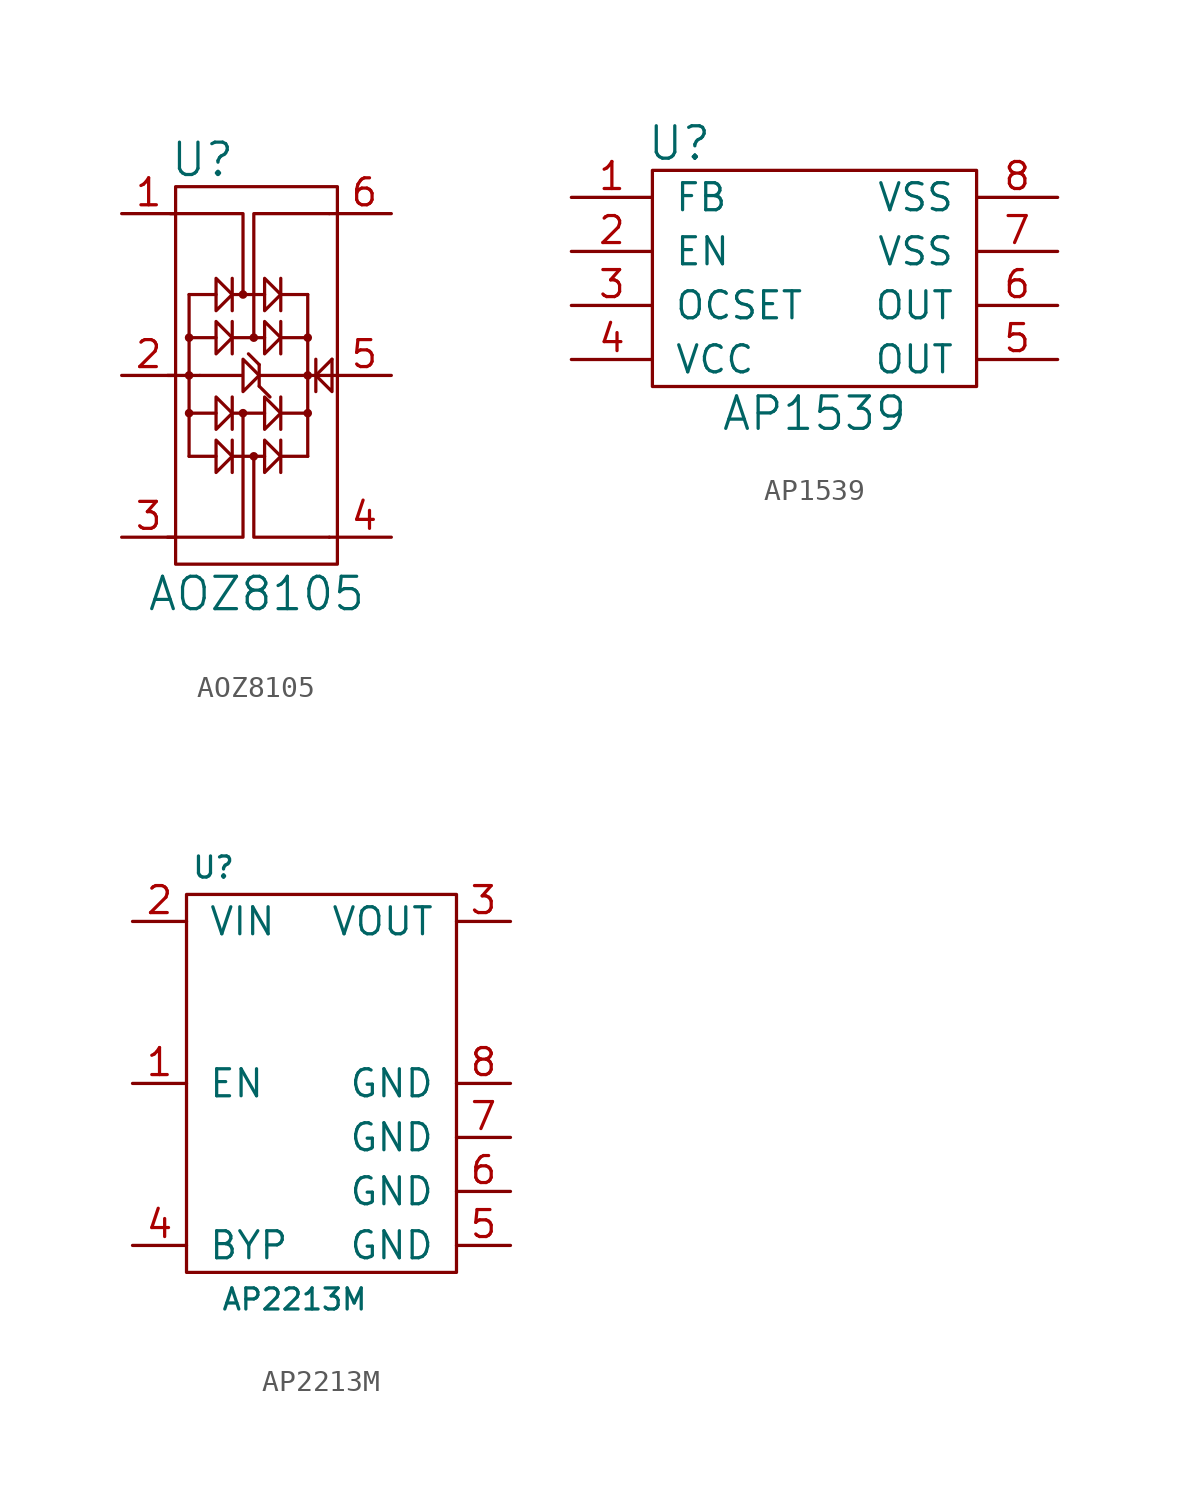
<source format=kicad_sym>
(kicad_symbol_lib
  (version 20211014)
  (generator kicad_symbol_editor)
  (symbol "AOZ8105"
    (pin_names
      (offset 1.016))
    (property "Reference" "U"
      (at -2.54 10.16 0)
      (effects (font (size 1.524 1.524))))
    (property "Value" "AOZ8105"
      (at 0 -10.287 0)
      (effects (font (size 1.524 1.524))))
    (symbol "AOZ8105_0_1"
      (rectangle (start -3.81 8.89) (end 3.81 -8.89) (stroke (width 0) (type default) (color 0 0 0 0)) (fill (type none)))
      (circle (center -3.175 -1.778) (radius 0.127) (stroke (width 0) (type default) (color 0 0 0 0)) (fill (type none)))
      (circle (center -3.175 0) (radius 0.127) (stroke (width 0) (type default) (color 0 0 0 0)) (fill (type none)))
      (circle (center -3.175 1.778) (radius 0.127) (stroke (width 0) (type default) (color 0 0 0 0)) (fill (type none)))
      (circle (center -0.635 -1.778) (radius 0.127) (stroke (width 0) (type default) (color 0 0 0 0)) (fill (type none)))
      (circle (center -0.635 3.81) (radius 0.127) (stroke (width 0) (type default) (color 0 0 0 0)) (fill (type none)))
      (circle (center -0.127 -3.81) (radius 0.127) (stroke (width 0) (type default) (color 0 0 0 0)) (fill (type none)))
      (circle (center -0.127 1.778) (radius 0.127) (stroke (width 0) (type default) (color 0 0 0 0)) (fill (type none)))
      (polyline (pts (xy -3.175 0) (xy -4.191 0)) (stroke (width 0) (type default) (color 0 0 0 0)) (fill (type none)))
      (polyline (pts (xy -3.175 3.81) (xy -3.175 -3.81)) (stroke (width 0) (type default) (color 0 0 0 0)) (fill (type none)))
      (polyline (pts (xy -2.667 0) (xy -3.175 0)) (stroke (width 0) (type default) (color 0 0 0 0)) (fill (type none)))
      (polyline (pts (xy -1.905 -3.81) (xy -3.175 -3.81)) (stroke (width 0) (type default) (color 0 0 0 0)) (fill (type none)))
      (polyline (pts (xy -1.905 -1.778) (xy -3.175 -1.778)) (stroke (width 0) (type default) (color 0 0 0 0)) (fill (type none)))
      (polyline (pts (xy -1.905 1.778) (xy -3.175 1.778)) (stroke (width 0) (type default) (color 0 0 0 0)) (fill (type none)))
      (polyline (pts (xy -1.905 3.81) (xy -3.175 3.81)) (stroke (width 0) (type default) (color 0 0 0 0)) (fill (type none)))
      (polyline (pts (xy -1.143 -3.81) (xy 0.381 -3.81)) (stroke (width 0) (type default) (color 0 0 0 0)) (fill (type none)))
      (polyline (pts (xy -1.143 -3.048) (xy -1.143 -4.572)) (stroke (width 0) (type default) (color 0 0 0 0)) (fill (type none)))
      (polyline (pts (xy -1.143 -1.778) (xy 0.381 -1.778)) (stroke (width 0) (type default) (color 0 0 0 0)) (fill (type none)))
      (polyline (pts (xy -1.143 -1.016) (xy -1.143 -2.54)) (stroke (width 0) (type default) (color 0 0 0 0)) (fill (type none)))
      (polyline (pts (xy -1.143 1.778) (xy 0.381 1.778)) (stroke (width 0) (type default) (color 0 0 0 0)) (fill (type none)))
      (polyline (pts (xy -1.143 2.54) (xy -1.143 1.016)) (stroke (width 0) (type default) (color 0 0 0 0)) (fill (type none)))
      (polyline (pts (xy -1.143 4.572) (xy -1.143 3.048)) (stroke (width 0) (type default) (color 0 0 0 0)) (fill (type none)))
      (polyline (pts (xy 0.127 -0.508) (xy 0.127 0.508)) (stroke (width 0) (type default) (color 0 0 0 0)) (fill (type none)))
      (polyline (pts (xy 0.127 -0.508) (xy 0.635 -1.016)) (stroke (width 0) (type default) (color 0 0 0 0)) (fill (type none)))
      (polyline (pts (xy 0.127 0) (xy 2.413 0)) (stroke (width 0) (type default) (color 0 0 0 0)) (fill (type none)))
      (polyline (pts (xy 0.127 0.508) (xy -0.381 1.016)) (stroke (width 0) (type default) (color 0 0 0 0)) (fill (type none)))
      (polyline (pts (xy 0.381 3.81) (xy -1.143 3.81)) (stroke (width 0) (type default) (color 0 0 0 0)) (fill (type none)))
      (polyline (pts (xy 1.143 -3.81) (xy 2.413 -3.81)) (stroke (width 0) (type default) (color 0 0 0 0)) (fill (type none)))
      (polyline (pts (xy 1.143 -3.048) (xy 1.143 -4.572)) (stroke (width 0) (type default) (color 0 0 0 0)) (fill (type none)))
      (polyline (pts (xy 1.143 -1.778) (xy 2.413 -1.778)) (stroke (width 0) (type default) (color 0 0 0 0)) (fill (type none)))
      (polyline (pts (xy 1.143 -1.016) (xy 1.143 -2.54)) (stroke (width 0) (type default) (color 0 0 0 0)) (fill (type none)))
      (polyline (pts (xy 1.143 1.778) (xy 2.413 1.778)) (stroke (width 0) (type default) (color 0 0 0 0)) (fill (type none)))
      (polyline (pts (xy 1.143 2.54) (xy 1.143 1.016)) (stroke (width 0) (type default) (color 0 0 0 0)) (fill (type none)))
      (polyline (pts (xy 1.143 3.81) (xy 2.413 3.81)) (stroke (width 0) (type default) (color 0 0 0 0)) (fill (type none)))
      (polyline (pts (xy 1.143 4.572) (xy 1.143 3.048)) (stroke (width 0) (type default) (color 0 0 0 0)) (fill (type none)))
      (polyline (pts (xy 2.413 -3.81) (xy 2.413 3.81)) (stroke (width 0) (type default) (color 0 0 0 0)) (fill (type none)))
      (polyline (pts (xy 2.413 0) (xy 2.794 0)) (stroke (width 0) (type default) (color 0 0 0 0)) (fill (type none)))
      (polyline (pts (xy 2.794 0) (xy 3.556 0.762)) (stroke (width 0) (type default) (color 0 0 0 0)) (fill (type none)))
      (polyline (pts (xy 2.794 0) (xy 3.81 0)) (stroke (width 0) (type default) (color 0 0 0 0)) (fill (type none)))
      (polyline (pts (xy 2.794 0.762) (xy 2.794 -0.762)) (stroke (width 0) (type default) (color 0 0 0 0)) (fill (type none)))
      (polyline (pts (xy 3.81 -7.62) (xy 3.429 -7.62)) (stroke (width 0) (type default) (color 0 0 0 0)) (fill (type none)))
      (polyline (pts (xy 3.81 7.62) (xy 3.429 7.62)) (stroke (width 0) (type default) (color 0 0 0 0)) (fill (type none)))
      (polyline (pts (xy -0.635 -1.778) (xy -0.635 -7.62) (xy -4.191 -7.62)) (stroke (width 0) (type default) (color 0 0 0 0)) (fill (type none)))
      (polyline (pts (xy -0.635 3.81) (xy -0.635 7.62) (xy -4.064 7.62)) (stroke (width 0) (type default) (color 0 0 0 0)) (fill (type none)))
      (polyline (pts (xy -0.127 -3.81) (xy -0.127 -7.62) (xy 3.429 -7.62)) (stroke (width 0) (type default) (color 0 0 0 0)) (fill (type none)))
      (polyline (pts (xy -0.127 1.778) (xy -0.127 7.62) (xy 3.429 7.62)) (stroke (width 0) (type default) (color 0 0 0 0)) (fill (type none)))
      (polyline (pts (xy 3.556 0.762) (xy 3.556 -0.762) (xy 2.794 0)) (stroke (width 0) (type default) (color 0 0 0 0)) (fill (type none)))
      (polyline (pts (xy -1.905 -3.81) (xy -1.905 -3.048) (xy -1.143 -3.81) (xy -1.905 -4.572) (xy -1.905 -3.81)) (stroke (width 0) (type default) (color 0 0 0 0)) (fill (type none)))
      (polyline (pts (xy -1.905 -1.778) (xy -1.905 -1.016) (xy -1.143 -1.778) (xy -1.905 -2.54) (xy -1.905 -1.778)) (stroke (width 0) (type default) (color 0 0 0 0)) (fill (type none)))
      (polyline (pts (xy -1.905 1.778) (xy -1.905 2.54) (xy -1.143 1.778) (xy -1.905 1.016) (xy -1.905 1.778)) (stroke (width 0) (type default) (color 0 0 0 0)) (fill (type none)))
      (polyline (pts (xy -1.905 3.81) (xy -1.905 4.572) (xy -1.143 3.81) (xy -1.905 3.048) (xy -1.905 3.81)) (stroke (width 0) (type default) (color 0 0 0 0)) (fill (type none)))
      (polyline (pts (xy 0.381 -3.81) (xy 0.381 -3.048) (xy 1.143 -3.81) (xy 0.381 -4.572) (xy 0.381 -3.81)) (stroke (width 0) (type default) (color 0 0 0 0)) (fill (type none)))
      (polyline (pts (xy 0.381 -1.778) (xy 0.381 -1.016) (xy 1.143 -1.778) (xy 0.381 -2.54) (xy 0.381 -1.778)) (stroke (width 0) (type default) (color 0 0 0 0)) (fill (type none)))
      (polyline (pts (xy 0.381 1.778) (xy 0.381 2.54) (xy 1.143 1.778) (xy 0.381 1.016) (xy 0.381 1.778)) (stroke (width 0) (type default) (color 0 0 0 0)) (fill (type none)))
      (polyline (pts (xy 0.381 3.81) (xy 0.381 4.572) (xy 1.143 3.81) (xy 0.381 3.048) (xy 0.381 3.81)) (stroke (width 0) (type default) (color 0 0 0 0)) (fill (type none)))
      (polyline (pts (xy -2.667 0) (xy -0.635 0) (xy -0.635 0.762) (xy 0.127 0) (xy -0.635 -0.762) (xy -0.635 0)) (stroke (width 0) (type default) (color 0 0 0 0)) (fill (type none)))
      (circle (center 2.413 -1.778) (radius 0.127) (stroke (width 0) (type default) (color 0 0 0 0)) (fill (type none)))
      (circle (center 2.413 0) (radius 0.127) (stroke (width 0) (type default) (color 0 0 0 0)) (fill (type none)))
      (circle (center 2.413 1.778) (radius 0.127) (stroke (width 0) (type default) (color 0 0 0 0)) (fill (type none))))
    (symbol "AOZ8105_1_1"
      (pin passive line (at -6.35 7.62 0) (length 2.54) (name "~" (effects (font (size 1.27 1.27)))) (number "1" (effects (font (size 1.27 1.27)))))
      (pin passive line (at -6.35 0 0) (length 2.54) (name "~" (effects (font (size 1.27 1.27)))) (number "2" (effects (font (size 1.27 1.27)))))
      (pin passive line (at -6.35 -7.62 0) (length 2.54) (name "~" (effects (font (size 1.27 1.27)))) (number "3" (effects (font (size 1.27 1.27)))))
      (pin passive line (at 6.35 -7.62 180) (length 2.54) (name "~" (effects (font (size 1.27 1.27)))) (number "4" (effects (font (size 1.27 1.27)))))
      (pin passive line (at 6.35 0 180) (length 2.54) (name "~" (effects (font (size 1.27 1.27)))) (number "5" (effects (font (size 1.27 1.27)))))
      (pin passive line (at 6.35 7.62 180) (length 2.54) (name "~" (effects (font (size 1.27 1.27)))) (number "6" (effects (font (size 1.27 1.27)))))))
  (symbol "AP1539"
    (pin_names
      (offset 1.016))
    (property "Reference" "U"
      (at -6.35 6.35 0)
      (effects (font (size 1.524 1.524))))
    (property "Value" "AP1539"
      (at 0 -6.35 0)
      (effects (font (size 1.524 1.524))))
    (property "Footprint" ""
      (at 0 0 0)
      (effects (font (size 1.524 1.524))))
    (property "Datasheet" ""
      (at 0 0 0)
      (effects (font (size 1.524 1.524))))
    (symbol "AP1539_0_1"
      (rectangle (start -7.62 5.08) (end 7.62 -5.08) (stroke (width 0) (type default) (color 0 0 0 0)) (fill (type none))))
    (symbol "AP1539_1_1"
      (pin passive line (at -11.43 3.81 0) (length 3.81) (name "FB" (effects (font (size 1.27 1.27)))) (number "1" (effects (font (size 1.27 1.27)))))
      (pin passive line (at -11.43 1.27 0) (length 3.81) (name "EN" (effects (font (size 1.27 1.27)))) (number "2" (effects (font (size 1.27 1.27)))))
      (pin passive line (at -11.43 -1.27 0) (length 3.81) (name "OCSET" (effects (font (size 1.27 1.27)))) (number "3" (effects (font (size 1.27 1.27)))))
      (pin passive line (at -11.43 -3.81 0) (length 3.81) (name "VCC" (effects (font (size 1.27 1.27)))) (number "4" (effects (font (size 1.27 1.27)))))
      (pin passive line (at 11.43 -3.81 180) (length 3.81) (name "OUT" (effects (font (size 1.27 1.27)))) (number "5" (effects (font (size 1.27 1.27)))))
      (pin passive line (at 11.43 -1.27 180) (length 3.81) (name "OUT" (effects (font (size 1.27 1.27)))) (number "6" (effects (font (size 1.27 1.27)))))
      (pin passive line (at 11.43 1.27 180) (length 3.81) (name "VSS" (effects (font (size 1.27 1.27)))) (number "7" (effects (font (size 1.27 1.27)))))
      (pin passive line (at 11.43 3.81 180) (length 3.81) (name "VSS" (effects (font (size 1.27 1.27)))) (number "8" (effects (font (size 1.27 1.27)))))))
  (symbol "AP2213M"
    (pin_names
      (offset 1.016))
    (property "Reference" "U"
      (at -3.81 10.16 0)
      (effects (font (size 0.991 0.991))))
    (property "Value" "AP2213M"
      (at 0 -10.16 0)
      (effects (font (size 0.991 0.991))))
    (symbol "AP2213M_0_1"
      (rectangle (start -5.08 8.89) (end 7.62 -8.89) (stroke (width 0) (type default) (color 0 0 0 0)) (fill (type none))))
    (symbol "AP2213M_1_1"
      (pin passive line (at -7.62 0 0) (length 2.54) (name "EN" (effects (font (size 1.27 1.27)))) (number "1" (effects (font (size 1.27 1.27)))))
      (pin passive line (at -7.62 7.62 0) (length 2.54) (name "VIN" (effects (font (size 1.27 1.27)))) (number "2" (effects (font (size 1.27 1.27)))))
      (pin passive line (at 10.16 7.62 180) (length 2.54) (name "VOUT" (effects (font (size 1.27 1.27)))) (number "3" (effects (font (size 1.27 1.27)))))
      (pin passive line (at -7.62 -7.62 0) (length 2.54) (name "BYP" (effects (font (size 1.27 1.27)))) (number "4" (effects (font (size 1.27 1.27)))))
      (pin passive line (at 10.16 -7.62 180) (length 2.54) (name "GND" (effects (font (size 1.27 1.27)))) (number "5" (effects (font (size 1.27 1.27)))))
      (pin passive line (at 10.16 -5.08 180) (length 2.54) (name "GND" (effects (font (size 1.27 1.27)))) (number "6" (effects (font (size 1.27 1.27)))))
      (pin passive line (at 10.16 -2.54 180) (length 2.54) (name "GND" (effects (font (size 1.27 1.27)))) (number "7" (effects (font (size 1.27 1.27)))))
      (pin passive line (at 10.16 0 180) (length 2.54) (name "GND" (effects (font (size 1.27 1.27)))) (number "8" (effects (font (size 1.27 1.27))))))))
</source>
